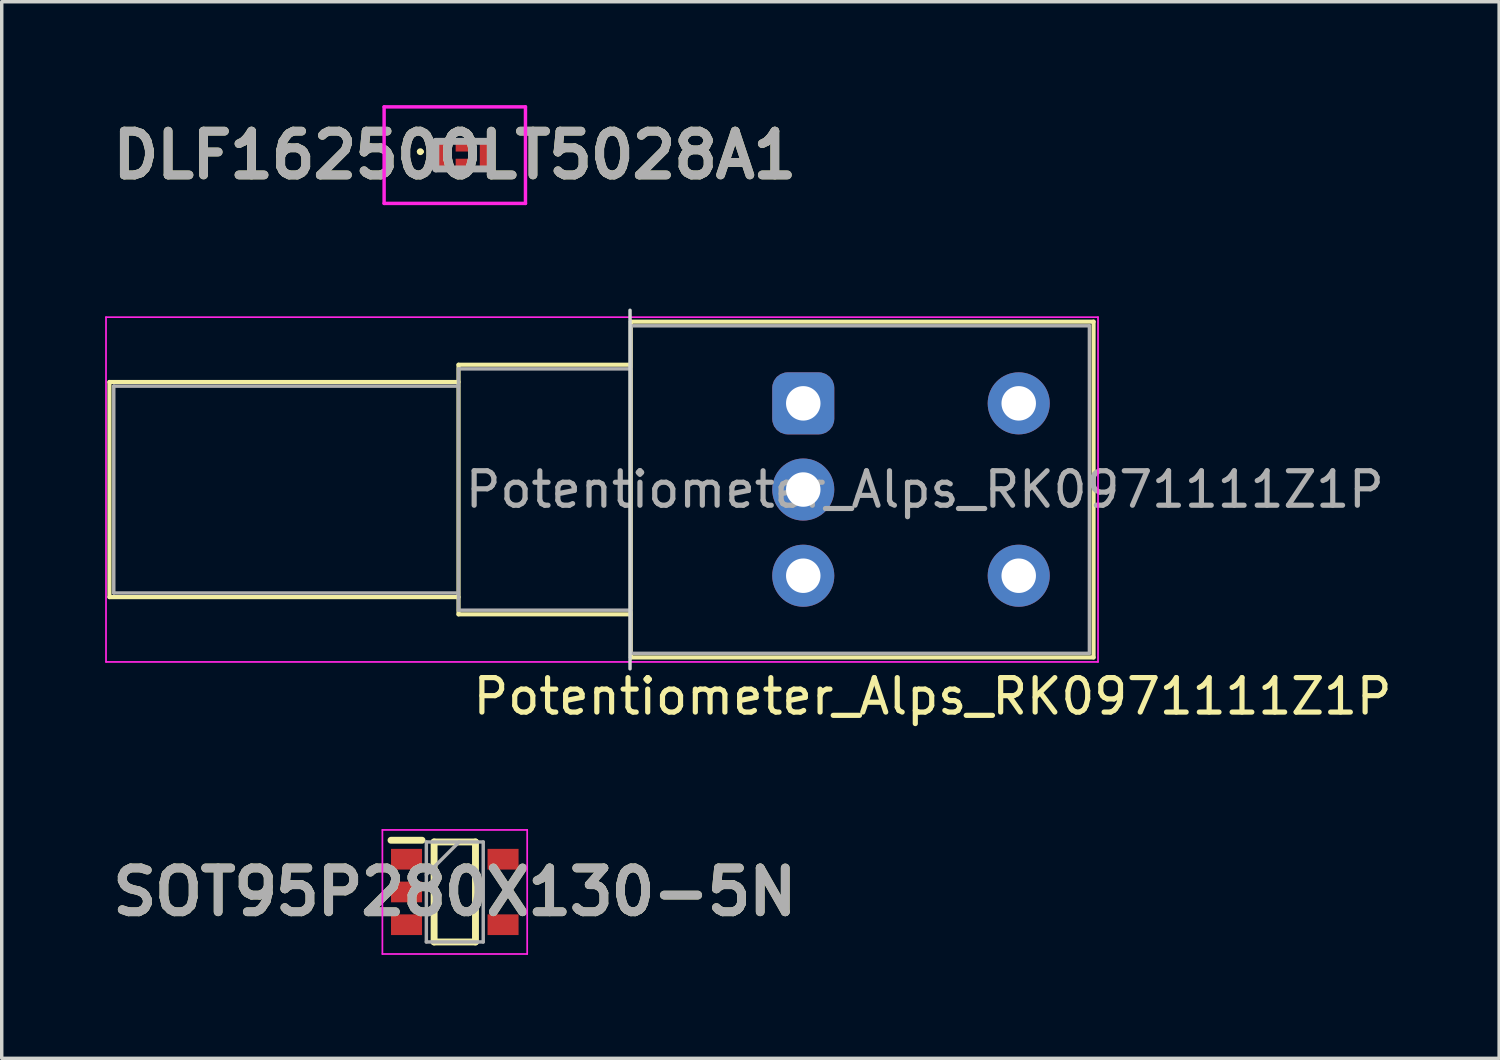
<source format=kicad_pcb>
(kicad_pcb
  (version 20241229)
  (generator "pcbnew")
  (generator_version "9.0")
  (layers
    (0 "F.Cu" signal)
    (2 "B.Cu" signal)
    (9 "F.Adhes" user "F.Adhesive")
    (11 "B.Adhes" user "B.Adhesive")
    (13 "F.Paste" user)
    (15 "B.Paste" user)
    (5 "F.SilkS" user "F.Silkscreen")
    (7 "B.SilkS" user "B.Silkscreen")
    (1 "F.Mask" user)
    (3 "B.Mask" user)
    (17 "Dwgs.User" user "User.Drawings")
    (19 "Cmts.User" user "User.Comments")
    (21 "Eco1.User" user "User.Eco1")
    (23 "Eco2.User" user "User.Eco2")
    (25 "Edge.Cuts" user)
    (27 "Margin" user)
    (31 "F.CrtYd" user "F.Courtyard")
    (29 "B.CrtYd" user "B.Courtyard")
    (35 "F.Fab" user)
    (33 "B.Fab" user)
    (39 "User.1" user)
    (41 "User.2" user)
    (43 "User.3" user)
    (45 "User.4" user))
  (footprint "Potentiometer_Alps_RK0971111Z1P"
    (layer "F.Cu")
    (at 24 8.65)
    (property "Reference" "Potentiometer_Alps_RK0971111Z1P" (at 0 8.5 180) (layer "F.SilkS") (effects (font (size 1 1) (thickness 0.15))))
    (attr through_hole)
    (fp_line (start -23.875 5.62) (end -23.875 -0.62) (stroke (width 0.12) (type solid)) (layer "F.SilkS"))
    (fp_line (start -13.75 -0.62) (end -23.875 -0.62) (stroke (width 0.12) (type solid)) (layer "F.SilkS"))
    (fp_line (start -13.75 5.62) (end -23.875 5.62) (stroke (width 0.12) (type solid)) (layer "F.SilkS"))
    (fp_line (start -13.75 6.12) (end -13.75 -1.12) (stroke (width 0.12) (type solid)) (layer "F.SilkS"))
    (fp_line (start -8.8 -1.12) (end -13.75 -1.12) (stroke (width 0.12) (type solid)) (layer "F.SilkS"))
    (fp_line (start -8.75 6.12) (end -13.75 6.12) (stroke (width 0.12) (type solid)) (layer "F.SilkS"))
    (fp_line (start -8.75 7.37) (end -8.75 -2.37) (stroke (width 0.12) (type solid)) (layer "F.SilkS"))
    (fp_line (start 4.671 -2.37) (end -8.75 -2.37) (stroke (width 0.12) (type solid)) (layer "F.SilkS"))
    (fp_line (start 4.671 7.37) (end -8.75 7.37) (stroke (width 0.12) (type solid)) (layer "F.SilkS"))
    (fp_line (start 4.671 7.37) (end 4.671 -2.37) (stroke (width 0.12) (type solid)) (layer "F.SilkS"))
    (fp_line (start -8.775 -2.7) (end -8.775 7.7) (stroke (width 0.1) (type solid)) (layer "Edge.Cuts"))
    (fp_line (start -23.975 -2.5) (end -23.975 7.5) (stroke (width 0.05) (type solid)) (layer "F.CrtYd"))
    (fp_line (start -23.975 7.5) (end 4.8 7.5) (stroke (width 0.05) (type solid)) (layer "F.CrtYd"))
    (fp_line (start 4.8 -2.5) (end -23.975 -2.5) (stroke (width 0.05) (type solid)) (layer "F.CrtYd"))
    (fp_line (start 4.8 7.5) (end 4.8 -2.5) (stroke (width 0.05) (type solid)) (layer "F.CrtYd"))
    (fp_line (start -23.75 -0.5) (end -23.75 5.5) (stroke (width 0.1) (type solid)) (layer "F.Fab"))
    (fp_line (start -23.75 5.5) (end -13.75 5.5) (stroke (width 0.1) (type solid)) (layer "F.Fab"))
    (fp_line (start -13.75 -1) (end -13.75 6) (stroke (width 0.1) (type solid)) (layer "F.Fab"))
    (fp_line (start -13.75 -0.5) (end -23.75 -0.5) (stroke (width 0.1) (type solid)) (layer "F.Fab"))
    (fp_line (start -13.75 6) (end -8.75 6) (stroke (width 0.1) (type solid)) (layer "F.Fab"))
    (fp_line (start -8.75 -2.25) (end -8.75 7.25) (stroke (width 0.1) (type solid)) (layer "F.Fab"))
    (fp_line (start -8.75 -1) (end -13.75 -1) (stroke (width 0.1) (type solid)) (layer "F.Fab"))
    (fp_line (start -8.75 7.25) (end 4.55 7.25) (stroke (width 0.1) (type solid)) (layer "F.Fab"))
    (fp_line (start 4.55 -2.25) (end -8.75 -2.25) (stroke (width 0.1) (type solid)) (layer "F.Fab"))
    (fp_line (start 4.55 7.25) (end 4.55 -2.25) (stroke (width 0.1) (type solid)) (layer "F.Fab"))
    (fp_text user "${REFERENCE}" (at -0.225 2.5 180) (layer "F.Fab") (effects (font (size 1 1) (thickness 0.15))))
    (pad "1" thru_hole roundrect (at -3.75 0 180) (size 1.8 1.8) (drill 1) (layers "*.Cu" "*.Mask") (roundrect_rratio 0.25))
    (pad "2" thru_hole circle (at -3.75 2.5 180) (size 1.8 1.8) (drill 1) (layers "*.Cu" "*.Mask"))
    (pad "3" thru_hole circle (at -3.75 5 180) (size 1.8 1.8) (drill 1) (layers "*.Cu" "*.Mask"))
    (pad "4" thru_hole circle (at 2.5 0 180) (size 1.8 1.8) (drill 1) (layers "*.Cu" "*.Mask"))
    (pad "5" thru_hole circle (at 2.5 5 180) (size 1.8 1.8) (drill 1) (layers "*.Cu" "*.Mask")))
  (footprint "DLF162500LT5028A1"
    (layer "F.Cu")
    (at 10.392 1.45)
    (property "Reference" "DLF162500LT5028A1" (at -0.25 0 0) (layer "F.SilkS") (effects (font (size 1.27 1.27) (thickness 0.254))))
    (attr smd)
    (fp_line (start -1.3 -0.1) (end -1.3 -0.1) (stroke (width 0.1) (type solid)) (layer "F.SilkS"))
    (fp_line (start -1.2 -0.1) (end -1.2 -0.1) (stroke (width 0.1) (type solid)) (layer "F.SilkS"))
    (fp_arc (start -1.3 -0.1) (mid -1.25 -0.15) (end -1.2 -0.1) (stroke (width 0.1) (type solid)) (layer "F.SilkS"))
    (fp_arc (start -1.2 -0.1) (mid -1.25 -0.05) (end -1.3 -0.1) (stroke (width 0.1) (type solid)) (layer "F.SilkS"))
    (fp_line (start -2.3 -1.4) (end -2.3 1.4) (stroke (width 0.1) (type solid)) (layer "F.CrtYd"))
    (fp_line (start -2.3 1.4) (end 1.8 1.4) (stroke (width 0.1) (type solid)) (layer "F.CrtYd"))
    (fp_line (start 1.8 -1.4) (end -2.3 -1.4) (stroke (width 0.1) (type solid)) (layer "F.CrtYd"))
    (fp_line (start 1.8 1.4) (end 1.8 -1.4) (stroke (width 0.1) (type solid)) (layer "F.CrtYd"))
    (fp_line (start -0.8 -0.4) (end -0.8 0.4) (stroke (width 0.2) (type solid)) (layer "F.Fab"))
    (fp_line (start -0.8 0.4) (end 0.8 0.4) (stroke (width 0.2) (type solid)) (layer "F.Fab"))
    (fp_line (start 0.8 -0.4) (end -0.8 -0.4) (stroke (width 0.2) (type solid)) (layer "F.Fab"))
    (fp_line (start 0.8 0.4) (end 0.8 -0.4) (stroke (width 0.2) (type solid)) (layer "F.Fab"))
    (fp_text user "${REFERENCE}" (at -0.25 0 0) (layer "F.Fab") (effects (font (size 1.27 1.27) (thickness 0.254))))
    (pad "1" smd rect (at -0.612 0) (size 0.275 0.7) (layers "F.Cu" "F.Mask" "F.Paste"))
    (pad "2" smd rect (at 0 0.227 90) (size 0.245 0.45) (layers "F.Cu" "F.Mask" "F.Paste"))
    (pad "3" smd rect (at 0.613 0) (size 0.275 0.7) (layers "F.Cu" "F.Mask" "F.Paste"))
    (pad "4" smd rect (at 0 -0.227 90) (size 0.245 0.45) (layers "F.Cu" "F.Mask" "F.Paste")))
  (footprint "SOT95P280X130-5N"
    (layer "F.Cu")
    (at 10.142 22.823)
    (property "Reference" "SOT95P280X130-5N" (at 0 0 0) (layer "F.SilkS") (effects (font (size 1.27 1.27) (thickness 0.254))))
    (attr smd)
    (fp_line (start -1.85 -1.5) (end -0.95 -1.5) (stroke (width 0.2) (type solid)) (layer "F.SilkS"))
    (fp_line (start -0.6 -1.45) (end 0.6 -1.45) (stroke (width 0.2) (type solid)) (layer "F.SilkS"))
    (fp_line (start -0.6 1.45) (end -0.6 -1.45) (stroke (width 0.2) (type solid)) (layer "F.SilkS"))
    (fp_line (start 0.6 -1.45) (end 0.6 1.45) (stroke (width 0.2) (type solid)) (layer "F.SilkS"))
    (fp_line (start 0.6 1.45) (end -0.6 1.45) (stroke (width 0.2) (type solid)) (layer "F.SilkS"))
    (fp_line (start -2.1 -1.8) (end 2.1 -1.8) (stroke (width 0.05) (type solid)) (layer "F.CrtYd"))
    (fp_line (start -2.1 1.8) (end -2.1 -1.8) (stroke (width 0.05) (type solid)) (layer "F.CrtYd"))
    (fp_line (start 2.1 -1.8) (end 2.1 1.8) (stroke (width 0.05) (type solid)) (layer "F.CrtYd"))
    (fp_line (start 2.1 1.8) (end -2.1 1.8) (stroke (width 0.05) (type solid)) (layer "F.CrtYd"))
    (fp_line (start -0.825 -1.45) (end 0.825 -1.45) (stroke (width 0.1) (type solid)) (layer "F.Fab"))
    (fp_line (start -0.825 -0.5) (end 0.125 -1.45) (stroke (width 0.1) (type solid)) (layer "F.Fab"))
    (fp_line (start -0.825 1.45) (end -0.825 -1.45) (stroke (width 0.1) (type solid)) (layer "F.Fab"))
    (fp_line (start 0.825 -1.45) (end 0.825 1.45) (stroke (width 0.1) (type solid)) (layer "F.Fab"))
    (fp_line (start 0.825 1.45) (end -0.825 1.45) (stroke (width 0.1) (type solid)) (layer "F.Fab"))
    (fp_text user "${REFERENCE}" (at 0 0 0) (layer "F.Fab") (effects (font (size 1.27 1.27) (thickness 0.254))))
    (pad "1" smd rect (at -1.4 -0.95 90) (size 0.6 0.9) (layers "F.Cu" "F.Mask" "F.Paste"))
    (pad "2" smd rect (at -1.4 0 90) (size 0.6 0.9) (layers "F.Cu" "F.Mask" "F.Paste"))
    (pad "3" smd rect (at -1.4 0.95 90) (size 0.6 0.9) (layers "F.Cu" "F.Mask" "F.Paste"))
    (pad "4" smd rect (at 1.4 0.95 90) (size 0.6 0.9) (layers "F.Cu" "F.Mask" "F.Paste"))
    (pad "5" smd rect (at 1.4 -0.95 90) (size 0.6 0.9) (layers "F.Cu" "F.Mask" "F.Paste")))
  (gr_rect
    (start -3 -3)
    (end 40.435 27.648)
    (stroke (width 0.1) (type default))
    (fill no)
    (layer "Edge.Cuts")))
</source>
